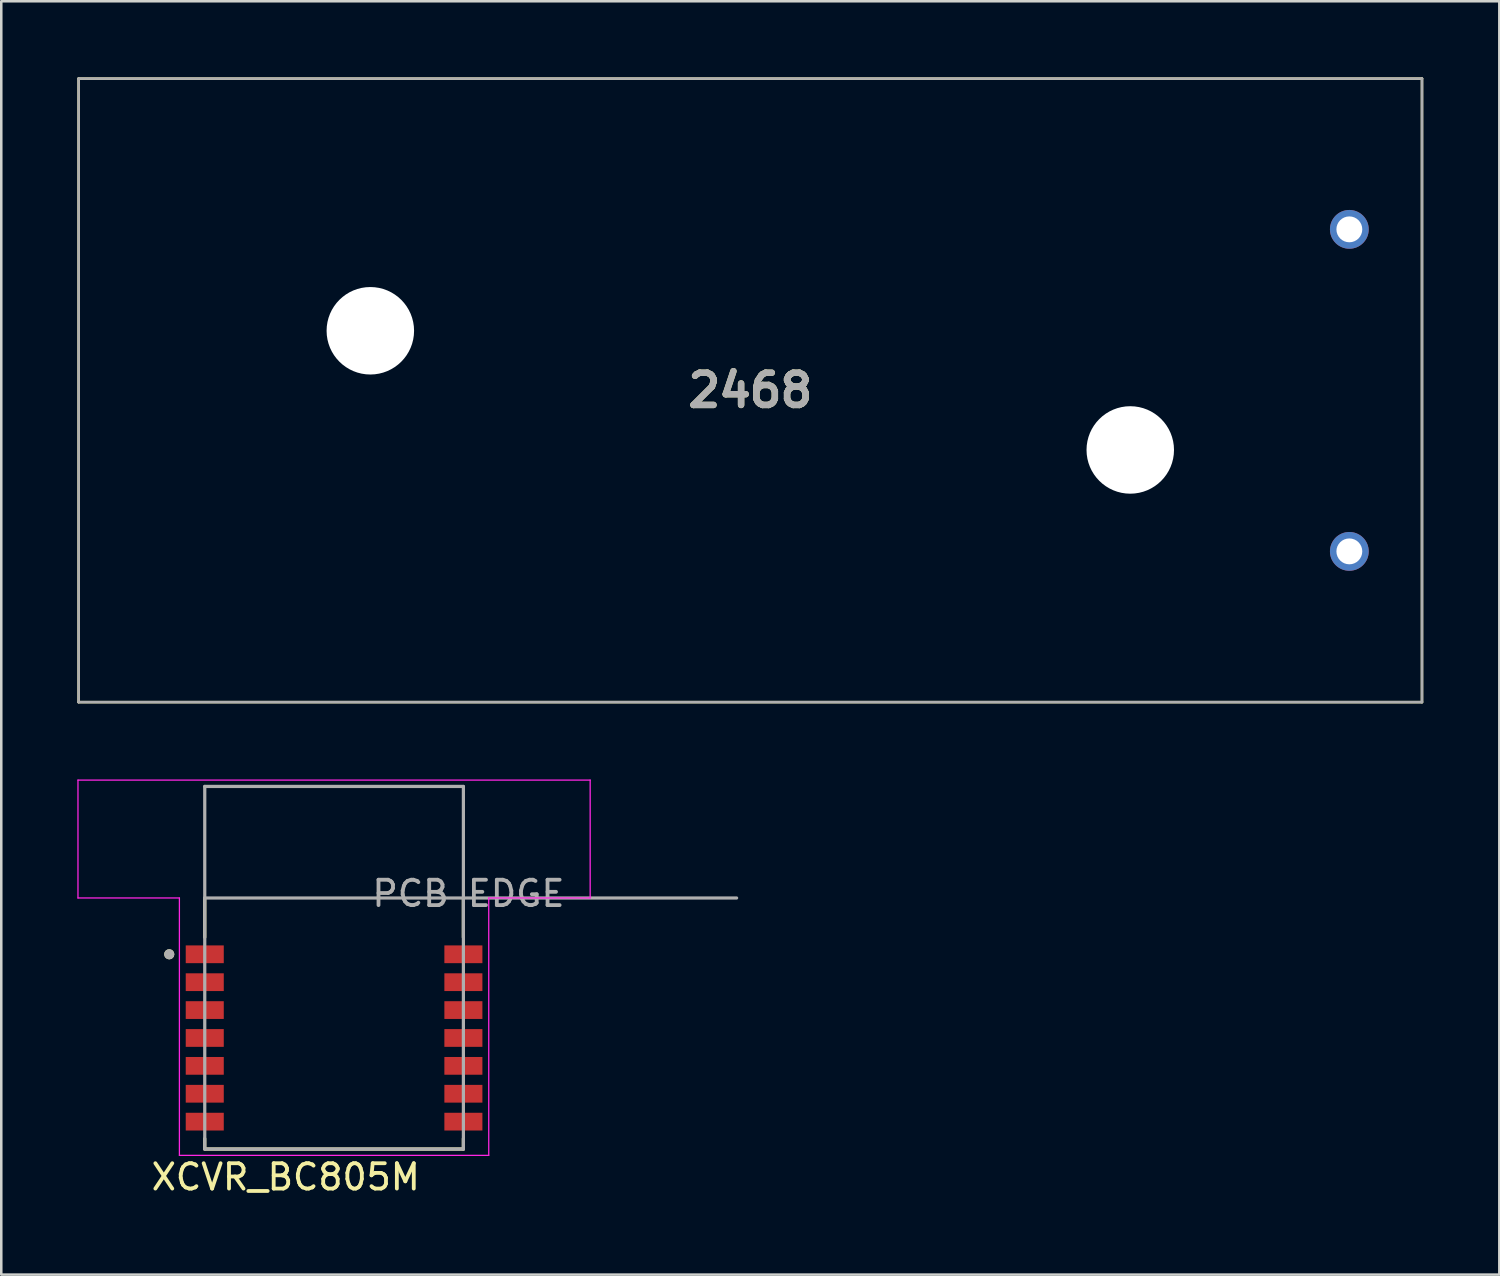
<source format=kicad_pcb>
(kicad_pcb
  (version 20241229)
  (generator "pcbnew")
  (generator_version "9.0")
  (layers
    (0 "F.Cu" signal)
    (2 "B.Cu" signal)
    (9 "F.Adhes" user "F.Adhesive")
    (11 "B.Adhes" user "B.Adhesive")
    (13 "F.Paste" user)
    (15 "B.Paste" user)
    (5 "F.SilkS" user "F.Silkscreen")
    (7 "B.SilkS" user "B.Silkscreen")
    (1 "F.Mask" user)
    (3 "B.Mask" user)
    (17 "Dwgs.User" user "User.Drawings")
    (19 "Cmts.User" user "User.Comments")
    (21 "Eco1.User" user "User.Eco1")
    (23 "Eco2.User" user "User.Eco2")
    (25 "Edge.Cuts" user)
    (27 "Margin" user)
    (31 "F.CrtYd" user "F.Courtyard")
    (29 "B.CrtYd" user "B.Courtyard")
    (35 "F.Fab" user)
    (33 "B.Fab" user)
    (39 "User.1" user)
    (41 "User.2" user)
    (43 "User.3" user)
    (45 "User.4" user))
  (footprint "2468"
    (layer "F.Cu")
    (at 26.54 12.345)
    (property "Reference" "2468" (at 0 0 0) (layer "F.SilkS") (effects (font (size 1.27 1.27) (thickness 0.254))))
    (attr through_hole)
    (fp_line (start -26.49 -12.295) (end -26.49 12.295) (stroke (width 0.1) (type solid)) (layer "F.SilkS"))
    (fp_line (start -26.49 12.295) (end 26.49 12.295) (stroke (width 0.1) (type solid)) (layer "F.SilkS"))
    (fp_line (start 26.49 -12.295) (end -26.49 -12.295) (stroke (width 0.1) (type solid)) (layer "F.SilkS"))
    (fp_line (start 26.49 12.295) (end 26.49 -12.295) (stroke (width 0.1) (type solid)) (layer "F.SilkS"))
    (fp_line (start -26.49 -12.295) (end -26.49 12.295) (stroke (width 0.1) (type solid)) (layer "F.Fab"))
    (fp_line (start -26.49 12.295) (end 26.49 12.295) (stroke (width 0.1) (type solid)) (layer "F.Fab"))
    (fp_line (start 26.49 -12.295) (end -26.49 -12.295) (stroke (width 0.1) (type solid)) (layer "F.Fab"))
    (fp_line (start 26.49 12.295) (end 26.49 -12.295) (stroke (width 0.1) (type solid)) (layer "F.Fab"))
    (fp_text user "${REFERENCE}" (at 0 0 0) (layer "F.Fab") (effects (font (size 1.27 1.27) (thickness 0.254))))
    (pad "" np_thru_hole circle (at -14.985 -2.35) (size 3.45 3.45) (drill 3.45) (layers "*.Cu" "*.Mask"))
    (pad "" np_thru_hole circle (at 14.985 2.35) (size 3.45 3.45) (drill 3.45) (layers "*.Cu" "*.Mask"))
    (pad "1" thru_hole circle (at 23.625 6.35) (size 1.53 1.53) (drill 1.02) (layers "*.Cu" "*.Mask"))
    (pad "2" thru_hole circle (at 23.625 -6.35) (size 1.53 1.53) (drill 1.02) (layers "*.Cu" "*.Mask")))
  (footprint "XCVR_BC805M"
    (layer "F.Cu")
    (at 10.125 35.115)
    (property "Reference" "XCVR_BC805M" (at -1.905 8.255 0) (layer "F.SilkS") (effects (font (size 1 1) (thickness 0.15))))
    (attr smd)
    (fp_line (start -5.1 -2.75) (end -5.1 -1.2) (stroke (width 0.127) (type solid)) (layer "F.SilkS"))
    (fp_line (start -5.1 7.15) (end -5.1 6.74) (stroke (width 0.127) (type solid)) (layer "F.SilkS"))
    (fp_line (start -5.1 7.15) (end 5.1 7.15) (stroke (width 0.127) (type solid)) (layer "F.SilkS"))
    (fp_line (start 5.1 -2.75) (end 5.1 -1.2) (stroke (width 0.127) (type solid)) (layer "F.SilkS"))
    (fp_line (start 5.1 7.15) (end 5.1 6.74) (stroke (width 0.127) (type solid)) (layer "F.SilkS"))
    (fp_circle (center -6.5 -0.53) (end -6.4 -0.53) (stroke (width 0.2) (type solid)) (fill no) (layer "F.SilkS"))
    (fp_line (start -10.1 -2.75) (end -10.1 -7.4) (stroke (width 0.05) (type solid)) (layer "F.CrtYd"))
    (fp_line (start -6.1 -2.75) (end -10.1 -2.75) (stroke (width 0.05) (type solid)) (layer "F.CrtYd"))
    (fp_line (start -6.1 -2.75) (end -6.1 7.4) (stroke (width 0.05) (type solid)) (layer "F.CrtYd"))
    (fp_line (start -6.1 7.4) (end 6.1 7.4) (stroke (width 0.05) (type solid)) (layer "F.CrtYd"))
    (fp_line (start 6.1 -2.75) (end 10.1 -2.75) (stroke (width 0.05) (type solid)) (layer "F.CrtYd"))
    (fp_line (start 6.1 7.4) (end 6.1 -2.75) (stroke (width 0.05) (type solid)) (layer "F.CrtYd"))
    (fp_line (start 10.1 -7.4) (end -10.1 -7.4) (stroke (width 0.05) (type solid)) (layer "F.CrtYd"))
    (fp_line (start 10.1 -2.75) (end 10.1 -7.4) (stroke (width 0.05) (type solid)) (layer "F.CrtYd"))
    (fp_line (start -5.1 -7.15) (end -5.1 -2.75) (stroke (width 0.127) (type solid)) (layer "F.Fab"))
    (fp_line (start -5.1 -2.75) (end -5.1 7.15) (stroke (width 0.127) (type solid)) (layer "F.Fab"))
    (fp_line (start -5.1 -2.75) (end 15.875 -2.75) (stroke (width 0.127) (type solid)) (layer "F.Fab"))
    (fp_line (start -5.1 7.15) (end 5.1 7.15) (stroke (width 0.127) (type solid)) (layer "F.Fab"))
    (fp_line (start 5.1 -7.15) (end -5.1 -7.15) (stroke (width 0.127) (type solid)) (layer "F.Fab"))
    (fp_line (start 5.1 7.15) (end 5.1 -7.15) (stroke (width 0.127) (type solid)) (layer "F.Fab"))
    (fp_circle (center -6.5 -0.53) (end -6.4 -0.53) (stroke (width 0.2) (type solid)) (fill no) (layer "F.Fab"))
    (fp_text user "PCB EDGE" (at 5.3 -2.925 0) (layer "F.Fab") (effects (font (size 1 1) (thickness 0.15))))
    (pad "1" smd rect (at -5.1 -0.53) (size 1.5 0.7) (layers "F.Cu" "F.Mask" "F.Paste"))
    (pad "2" smd rect (at -5.1 0.57) (size 1.5 0.7) (layers "F.Cu" "F.Mask" "F.Paste"))
    (pad "3" smd rect (at -5.1 1.67) (size 1.5 0.7) (layers "F.Cu" "F.Mask" "F.Paste"))
    (pad "4" smd rect (at -5.1 2.77) (size 1.5 0.7) (layers "F.Cu" "F.Mask" "F.Paste"))
    (pad "5" smd rect (at -5.1 3.87) (size 1.5 0.7) (layers "F.Cu" "F.Mask" "F.Paste"))
    (pad "6" smd rect (at -5.1 4.97) (size 1.5 0.7) (layers "F.Cu" "F.Mask" "F.Paste"))
    (pad "7" smd rect (at -5.1 6.07) (size 1.5 0.7) (layers "F.Cu" "F.Mask" "F.Paste"))
    (pad "8" smd rect (at 5.1 6.07) (size 1.5 0.7) (layers "F.Cu" "F.Mask" "F.Paste"))
    (pad "9" smd rect (at 5.1 4.97) (size 1.5 0.7) (layers "F.Cu" "F.Mask" "F.Paste"))
    (pad "10" smd rect (at 5.1 3.87) (size 1.5 0.7) (layers "F.Cu" "F.Mask" "F.Paste"))
    (pad "11" smd rect (at 5.1 2.77) (size 1.5 0.7) (layers "F.Cu" "F.Mask" "F.Paste"))
    (pad "12" smd rect (at 5.1 1.67) (size 1.5 0.7) (layers "F.Cu" "F.Mask" "F.Paste"))
    (pad "13" smd rect (at 5.1 0.57) (size 1.5 0.7) (layers "F.Cu" "F.Mask" "F.Paste"))
    (pad "14" smd rect (at 5.1 -0.53) (size 1.5 0.7) (layers "F.Cu" "F.Mask" "F.Paste")))
  (gr_rect
    (start -3 -3)
    (end 56.08 47.218)
    (stroke (width 0.1) (type default))
    (fill no)
    (layer "Edge.Cuts")))
</source>
